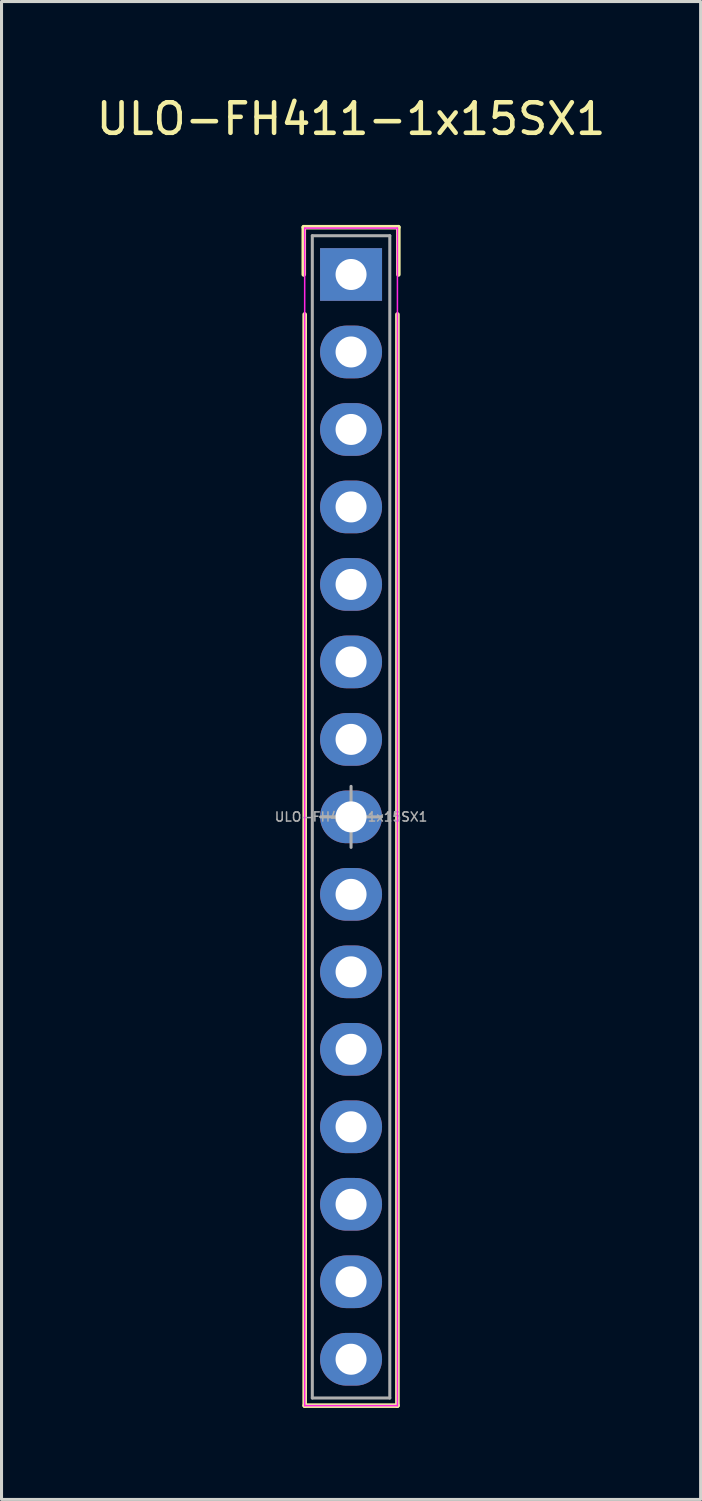
<source format=kicad_pcb>
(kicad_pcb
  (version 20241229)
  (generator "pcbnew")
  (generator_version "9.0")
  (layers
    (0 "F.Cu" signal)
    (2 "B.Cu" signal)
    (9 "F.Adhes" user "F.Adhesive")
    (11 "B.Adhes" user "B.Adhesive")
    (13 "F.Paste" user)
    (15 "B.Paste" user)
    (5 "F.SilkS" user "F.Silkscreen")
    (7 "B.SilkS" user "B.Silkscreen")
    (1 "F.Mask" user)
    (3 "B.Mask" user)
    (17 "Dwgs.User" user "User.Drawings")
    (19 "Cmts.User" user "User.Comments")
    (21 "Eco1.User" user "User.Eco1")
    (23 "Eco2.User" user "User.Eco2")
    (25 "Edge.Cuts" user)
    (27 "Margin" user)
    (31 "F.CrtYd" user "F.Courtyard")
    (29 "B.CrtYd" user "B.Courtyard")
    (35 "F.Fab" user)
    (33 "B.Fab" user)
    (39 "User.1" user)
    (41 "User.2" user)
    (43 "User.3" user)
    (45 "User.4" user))
  (footprint "ULO-FH411-1x15SX1"
    (layer "F.Cu")
    (at 8.458 23.728)
    (property "Reference" "ULO-FH411-1x15SX1" (at 0 -22.88 0) (layer "F.SilkS") (effects (font (size 1 1) (thickness 0.15))))
    (attr through_hole)
    (fp_line (start -1.55 -19.33) (end 1.55 -19.33) (stroke (width 0.15) (type solid)) (layer "F.SilkS"))
    (fp_line (start -1.55 -17.78) (end -1.55 -19.33) (stroke (width 0.15) (type solid)) (layer "F.SilkS"))
    (fp_line (start -1.52 -16.47) (end -1.52 19.3) (stroke (width 0.15) (type solid)) (layer "F.SilkS"))
    (fp_line (start 1.52 -16.47) (end 1.52 19.3) (stroke (width 0.15) (type solid)) (layer "F.SilkS"))
    (fp_line (start 1.52 19.3) (end -1.52 19.3) (stroke (width 0.15) (type solid)) (layer "F.SilkS"))
    (fp_line (start 1.55 -19.33) (end 1.55 -17.78) (stroke (width 0.15) (type solid)) (layer "F.SilkS"))
    (fp_line (start -1.52 -19.3) (end -1.52 19.3) (stroke (width 0.05) (type solid)) (layer "F.CrtYd"))
    (fp_line (start -1.52 -19.3) (end 1.52 -19.3) (stroke (width 0.05) (type solid)) (layer "F.CrtYd"))
    (fp_line (start -1.52 19.3) (end 1.52 19.3) (stroke (width 0.05) (type solid)) (layer "F.CrtYd"))
    (fp_line (start 1.52 -19.3) (end 1.52 19.3) (stroke (width 0.05) (type solid)) (layer "F.CrtYd"))
    (fp_line (start -1.27 -19.05) (end 1.27 -19.05) (stroke (width 0.1) (type solid)) (layer "F.Fab"))
    (fp_line (start -1.27 19.05) (end -1.27 -19.05) (stroke (width 0.1) (type solid)) (layer "F.Fab"))
    (fp_line (start -1 0) (end 1 0) (stroke (width 0.1) (type solid)) (layer "F.Fab"))
    (fp_line (start 0 -1) (end 0 1) (stroke (width 0.1) (type solid)) (layer "F.Fab"))
    (fp_line (start 1.27 -19.05) (end 1.27 19.05) (stroke (width 0.1) (type solid)) (layer "F.Fab"))
    (fp_line (start 1.27 19.05) (end -1.27 19.05) (stroke (width 0.1) (type solid)) (layer "F.Fab"))
    (fp_text user "${REFERENCE}" (at 0 0 0) (layer "F.Fab") (effects (font (size 0.3 0.3) (thickness 0.05))))
    (pad "1" thru_hole rect (at 0 -17.78) (size 2.032 1.727) (drill 1.016) (layers "*.Cu" "*.Mask"))
    (pad "2" thru_hole oval (at 0 -15.24) (size 2.032 1.727) (drill 1.016) (layers "*.Cu" "*.Mask"))
    (pad "3" thru_hole oval (at 0 -12.7) (size 2.032 1.727) (drill 1.016) (layers "*.Cu" "*.Mask"))
    (pad "4" thru_hole oval (at 0 -10.16) (size 2.032 1.727) (drill 1.016) (layers "*.Cu" "*.Mask"))
    (pad "5" thru_hole oval (at 0 -7.62) (size 2.032 1.727) (drill 1.016) (layers "*.Cu" "*.Mask"))
    (pad "6" thru_hole oval (at 0 -5.08) (size 2.032 1.727) (drill 1.016) (layers "*.Cu" "*.Mask"))
    (pad "7" thru_hole oval (at 0 -2.54) (size 2.032 1.727) (drill 1.016) (layers "*.Cu" "*.Mask"))
    (pad "8" thru_hole oval (at 0 0) (size 2.032 1.727) (drill 1.016) (layers "*.Cu" "*.Mask"))
    (pad "9" thru_hole oval (at 0 2.54) (size 2.032 1.727) (drill 1.016) (layers "*.Cu" "*.Mask"))
    (pad "10" thru_hole oval (at 0 5.08) (size 2.032 1.727) (drill 1.016) (layers "*.Cu" "*.Mask"))
    (pad "11" thru_hole oval (at 0 7.62) (size 2.032 1.727) (drill 1.016) (layers "*.Cu" "*.Mask"))
    (pad "12" thru_hole oval (at 0 10.16) (size 2.032 1.727) (drill 1.016) (layers "*.Cu" "*.Mask"))
    (pad "13" thru_hole oval (at 0 12.7) (size 2.032 1.727) (drill 1.016) (layers "*.Cu" "*.Mask"))
    (pad "14" thru_hole oval (at 0 15.24) (size 2.032 1.727) (drill 1.016) (layers "*.Cu" "*.Mask"))
    (pad "15" thru_hole oval (at 0 17.78) (size 2.032 1.727) (drill 1.016) (layers "*.Cu" "*.Mask")))
  (gr_rect
    (start -3 -3)
    (end 19.917 46.103)
    (stroke (width 0.1) (type default))
    (fill no)
    (layer "Edge.Cuts")))
</source>
